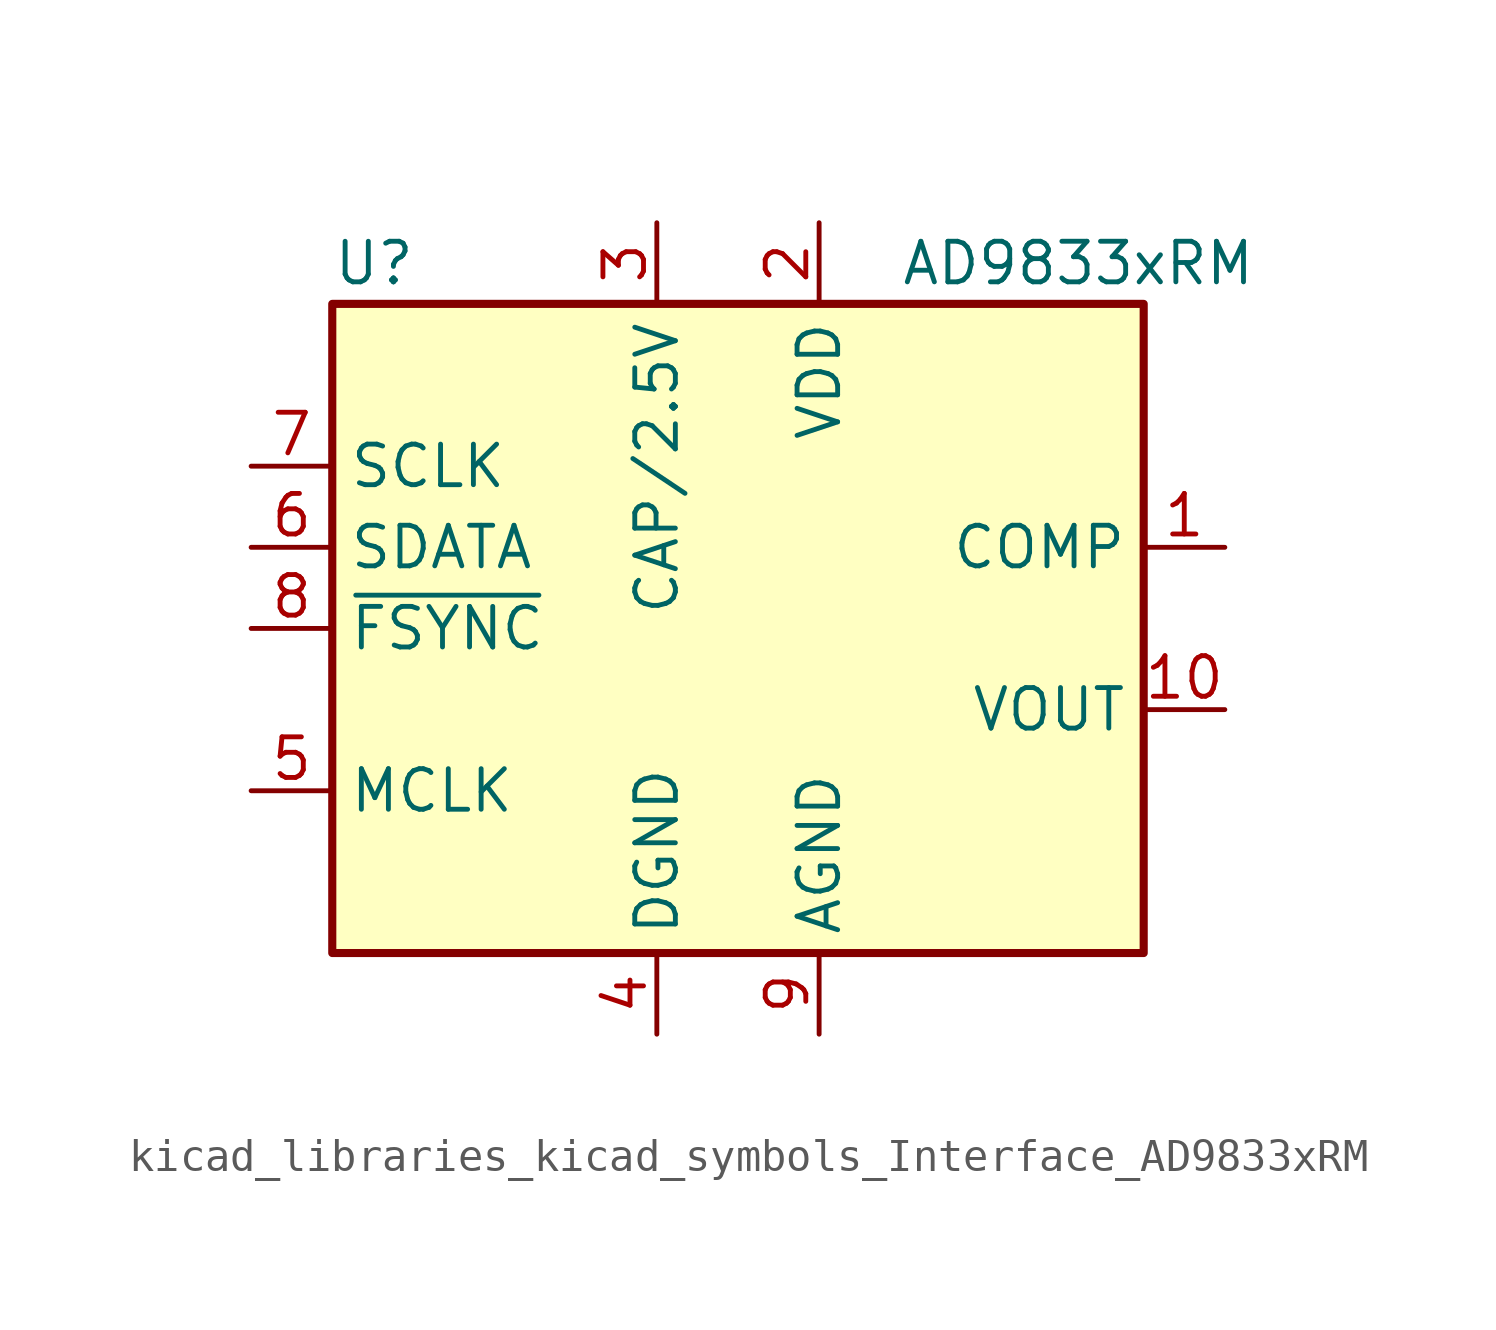
<source format=kicad_sym>
(kicad_symbol_lib
  (version 20220914)
  (generator kicad_symbol_editor)
  (symbol "kicad_libraries_kicad_symbols_Interface_AD9833xRM"
    (property "Reference" "U"
      (at -12.7 11.43 0)
      (effects (font (size 1.27 1.27)) (justify left)))
    (property "Value" "AD9833xRM"
      (at 5.08 11.43 0)
      (effects (font (size 1.27 1.27)) (justify left)))
    (symbol "kicad_libraries_kicad_symbols_Interface_AD9833xRM_0_1"
      (rectangle (start -12.7 10.16) (end 12.7 -10.16) (stroke (width 0.254) (type default)) (fill (type background))))
    (symbol "kicad_libraries_kicad_symbols_Interface_AD9833xRM_1_1"
      (pin passive line (at 15.24 2.54 180) (length 2.54) (name "COMP" (effects (font (size 1.27 1.27)))) (number "1" (effects (font (size 1.27 1.27)))))
      (pin output line (at 15.24 -2.54 180) (length 2.54) (name "VOUT" (effects (font (size 1.27 1.27)))) (number "10" (effects (font (size 1.27 1.27)))))
      (pin power_in line (at 2.54 12.7 270) (length 2.54) (name "VDD" (effects (font (size 1.27 1.27)))) (number "2" (effects (font (size 1.27 1.27)))))
      (pin power_in line (at -2.54 12.7 270) (length 2.54) (name "CAP/2.5V" (effects (font (size 1.27 1.27)))) (number "3" (effects (font (size 1.27 1.27)))))
      (pin power_in line (at -2.54 -12.7 90) (length 2.54) (name "DGND" (effects (font (size 1.27 1.27)))) (number "4" (effects (font (size 1.27 1.27)))))
      (pin input line (at -15.24 -5.08 0) (length 2.54) (name "MCLK" (effects (font (size 1.27 1.27)))) (number "5" (effects (font (size 1.27 1.27)))))
      (pin input line (at -15.24 2.54 0) (length 2.54) (name "SDATA" (effects (font (size 1.27 1.27)))) (number "6" (effects (font (size 1.27 1.27)))))
      (pin input line (at -15.24 5.08 0) (length 2.54) (name "SCLK" (effects (font (size 1.27 1.27)))) (number "7" (effects (font (size 1.27 1.27)))))
      (pin input line (at -15.24 0 0) (length 2.54) (name "~{FSYNC}" (effects (font (size 1.27 1.27)))) (number "8" (effects (font (size 1.27 1.27)))))
      (pin power_in line (at 2.54 -12.7 90) (length 2.54) (name "AGND" (effects (font (size 1.27 1.27)))) (number "9" (effects (font (size 1.27 1.27))))))))
</source>
